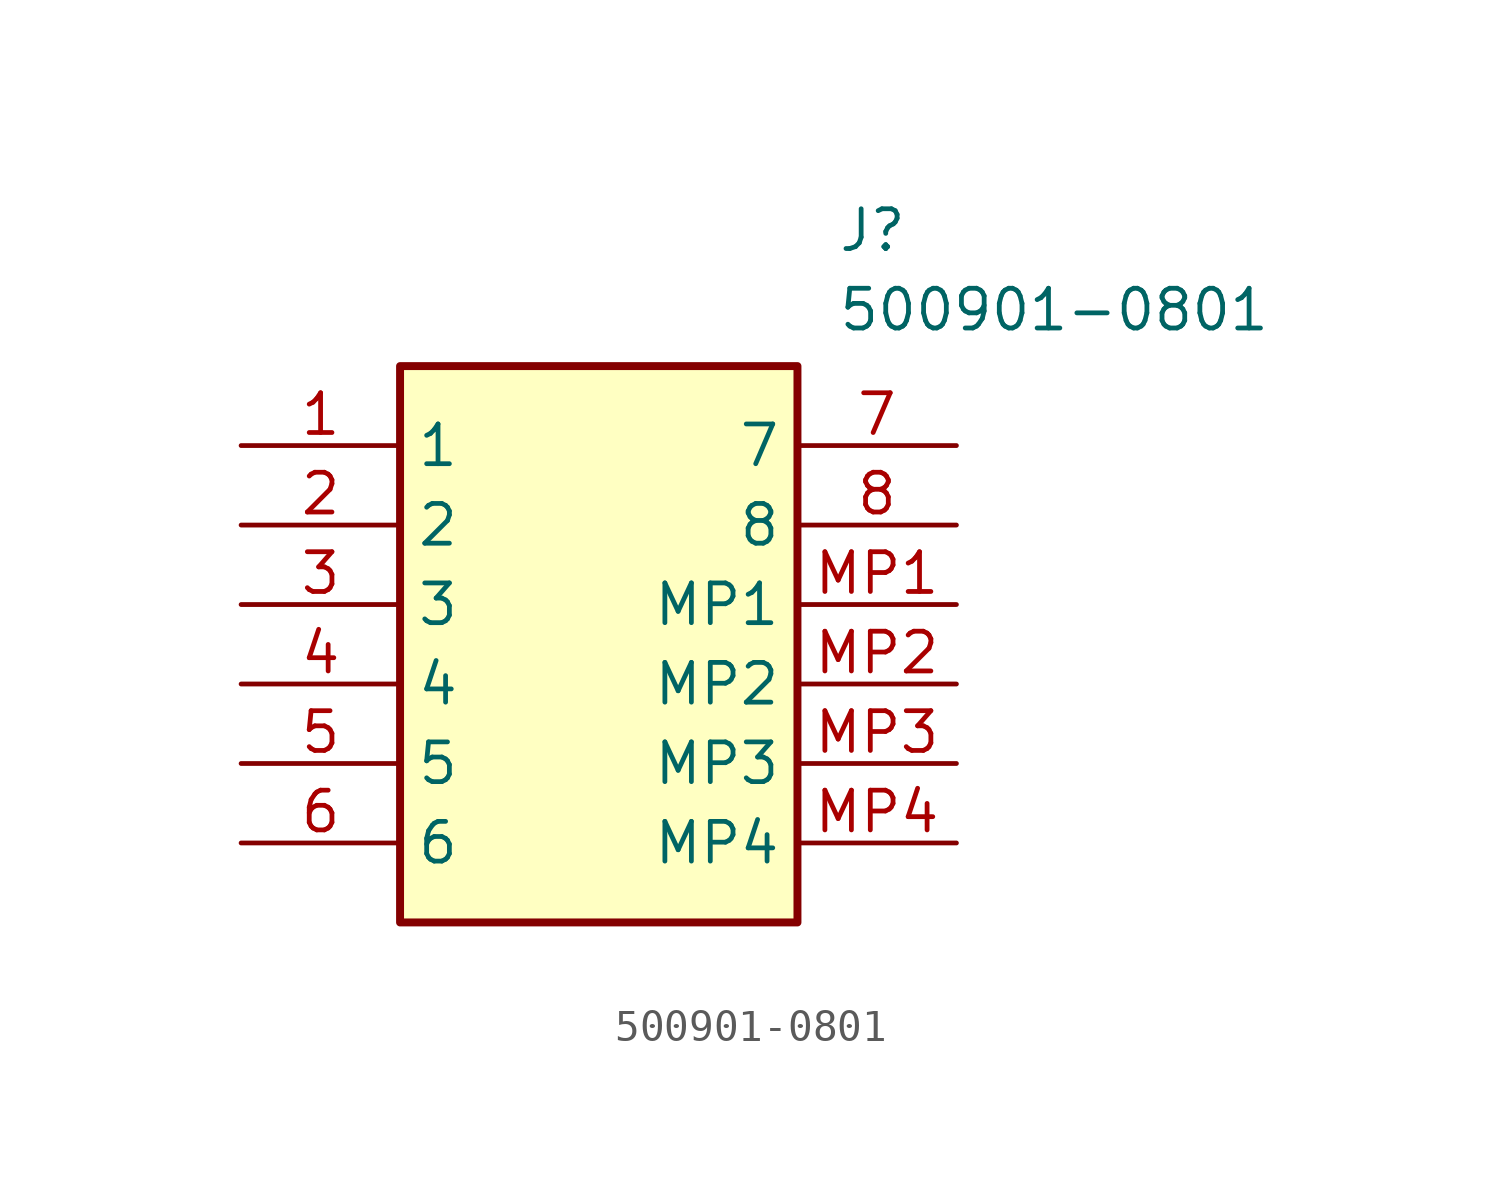
<source format=kicad_sym>
(kicad_symbol_lib
  (version 20211014)
  (generator SamacSys_ECAD_Model)
  (symbol "500901-0801"
    (property "Reference" "J"
      (at 19.05 7.62 0)
      (effects (font (size 1.27 1.27)) (justify left top)))
    (property "Value" "500901-0801"
      (at 19.05 5.08 0)
      (effects (font (size 1.27 1.27)) (justify left top)))
    (rectangle
      (start 5.08 2.54)
      (end 17.78 -15.24)
      (stroke (width 0.254) (type default))
      (fill (type background)))
    (pin passive line
      (at 0 0 0)
      (length 5.08)
      (name "1" (effects (font (size 1.27 1.27))))
      (number "1" (effects (font (size 1.27 1.27)))))
    (pin passive line
      (at 0 -2.54 0)
      (length 5.08)
      (name "2" (effects (font (size 1.27 1.27))))
      (number "2" (effects (font (size 1.27 1.27)))))
    (pin passive line
      (at 0 -5.08 0)
      (length 5.08)
      (name "3" (effects (font (size 1.27 1.27))))
      (number "3" (effects (font (size 1.27 1.27)))))
    (pin passive line
      (at 0 -7.62 0)
      (length 5.08)
      (name "4" (effects (font (size 1.27 1.27))))
      (number "4" (effects (font (size 1.27 1.27)))))
    (pin passive line
      (at 0 -10.16 0)
      (length 5.08)
      (name "5" (effects (font (size 1.27 1.27))))
      (number "5" (effects (font (size 1.27 1.27)))))
    (pin passive line
      (at 0 -12.7 0)
      (length 5.08)
      (name "6" (effects (font (size 1.27 1.27))))
      (number "6" (effects (font (size 1.27 1.27)))))
    (pin passive line
      (at 22.86 0 180)
      (length 5.08)
      (name "7" (effects (font (size 1.27 1.27))))
      (number "7" (effects (font (size 1.27 1.27)))))
    (pin passive line
      (at 22.86 -2.54 180)
      (length 5.08)
      (name "8" (effects (font (size 1.27 1.27))))
      (number "8" (effects (font (size 1.27 1.27)))))
    (pin passive line
      (at 22.86 -5.08 180)
      (length 5.08)
      (name "MP1" (effects (font (size 1.27 1.27))))
      (number "MP1" (effects (font (size 1.27 1.27)))))
    (pin passive line
      (at 22.86 -7.62 180)
      (length 5.08)
      (name "MP2" (effects (font (size 1.27 1.27))))
      (number "MP2" (effects (font (size 1.27 1.27)))))
    (pin passive line
      (at 22.86 -10.16 180)
      (length 5.08)
      (name "MP3" (effects (font (size 1.27 1.27))))
      (number "MP3" (effects (font (size 1.27 1.27)))))
    (pin passive line
      (at 22.86 -12.7 180)
      (length 5.08)
      (name "MP4" (effects (font (size 1.27 1.27))))
      (number "MP4" (effects (font (size 1.27 1.27)))))))
</source>
